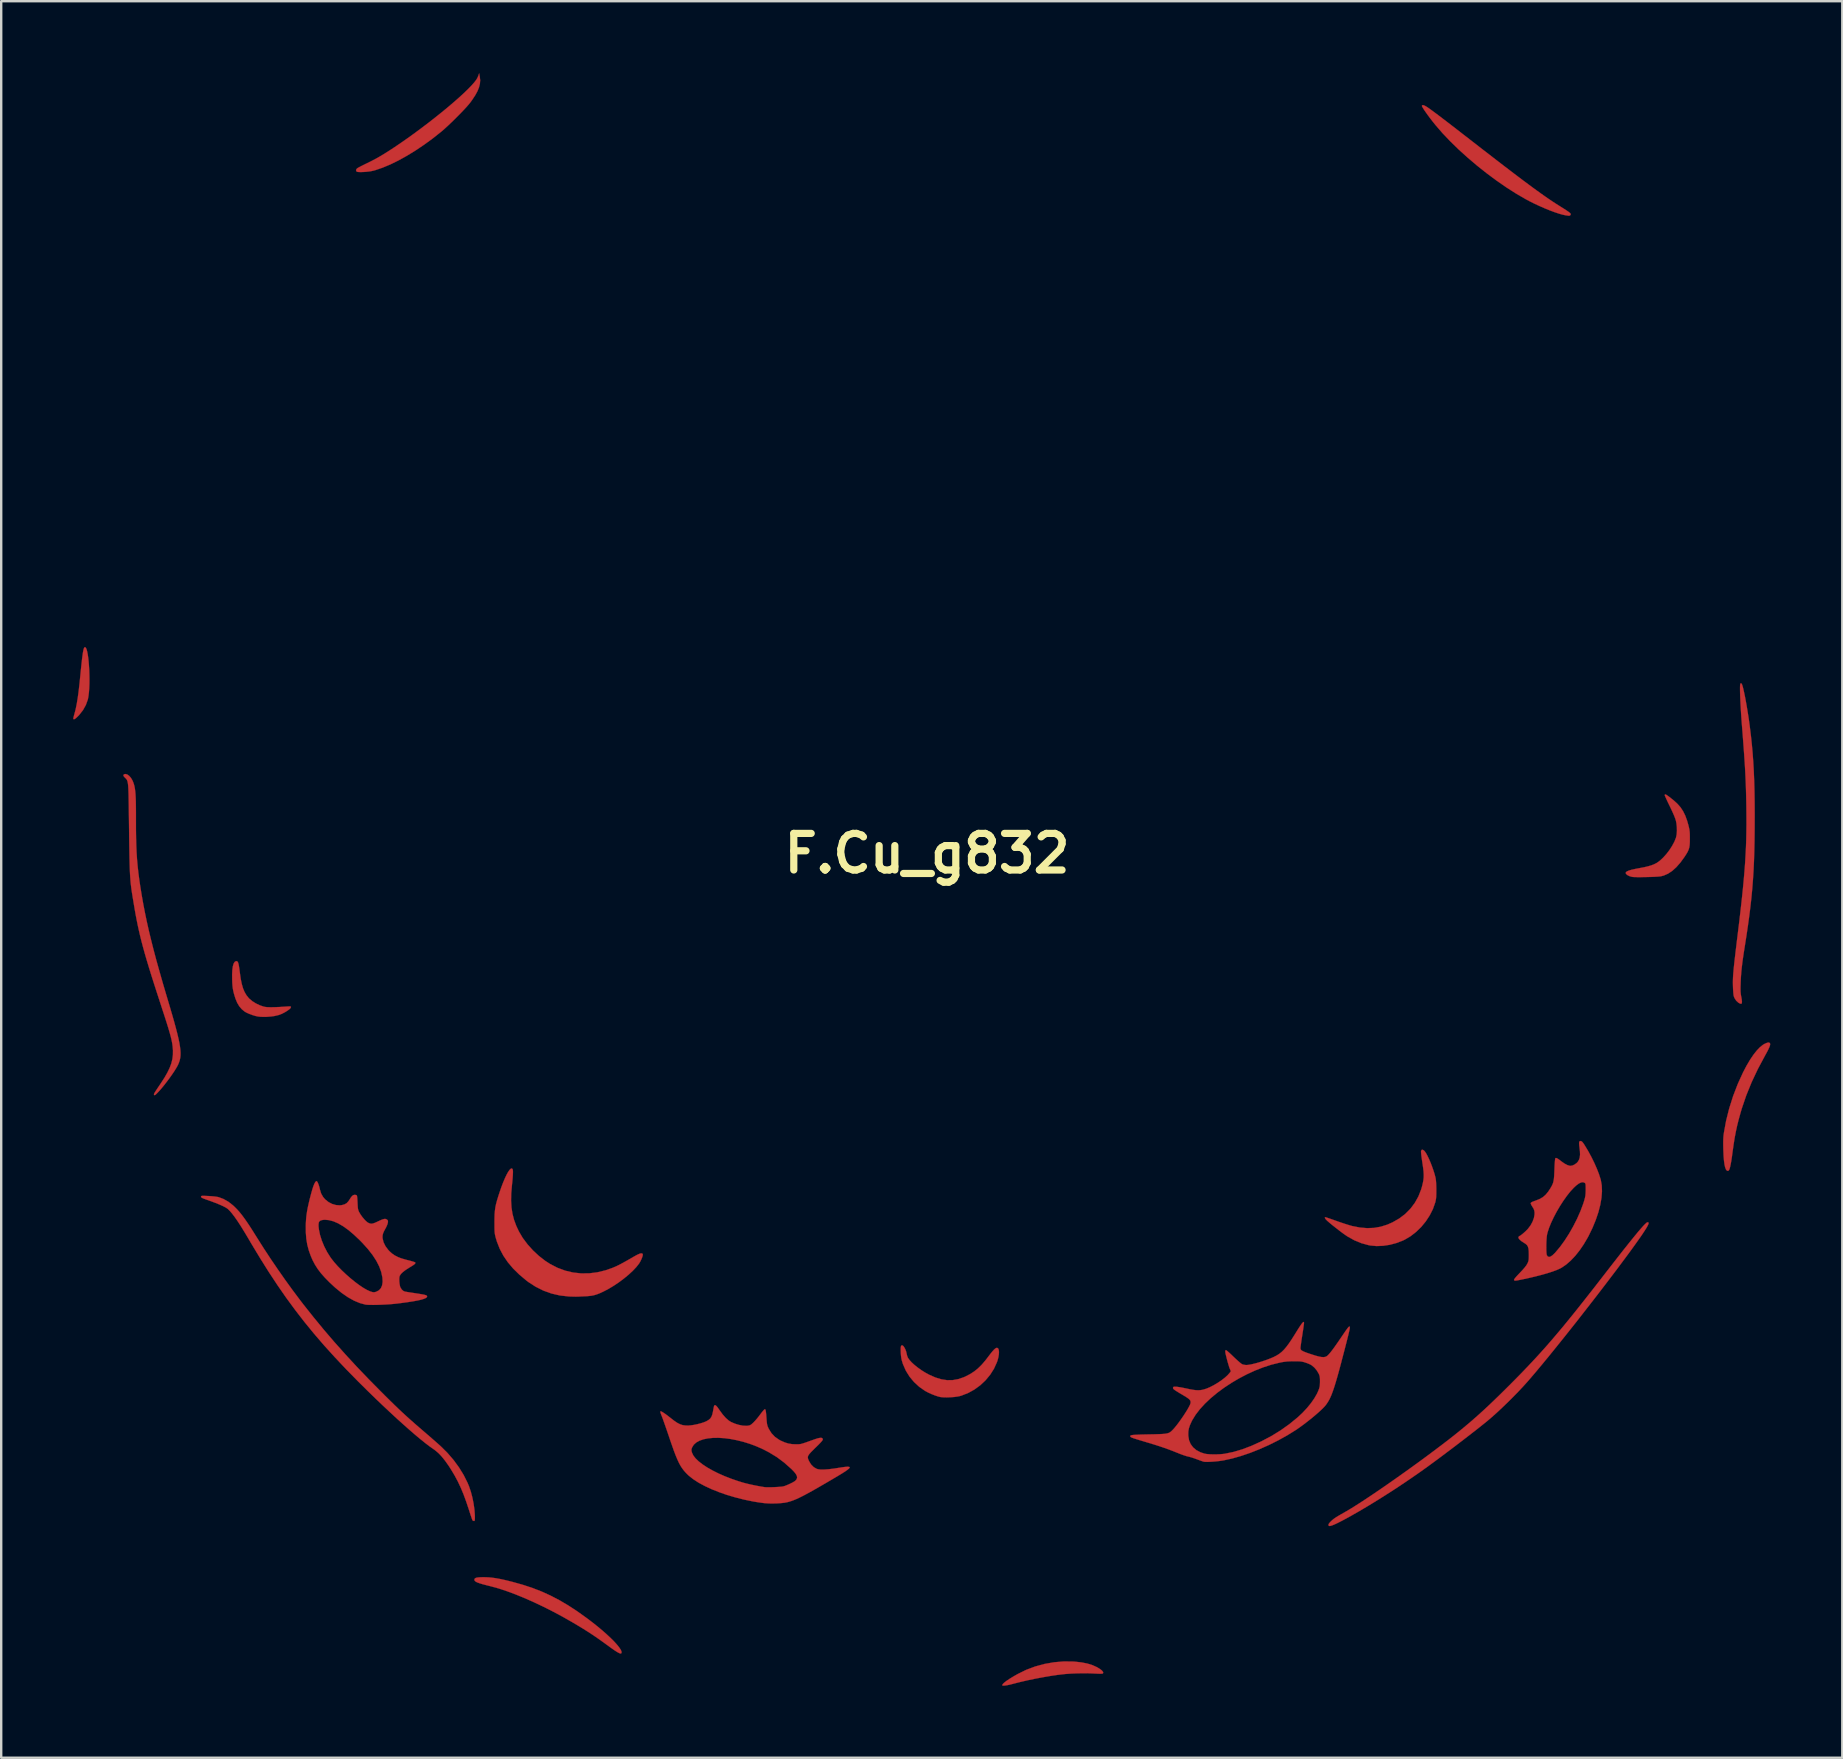
<source format=kicad_pcb>
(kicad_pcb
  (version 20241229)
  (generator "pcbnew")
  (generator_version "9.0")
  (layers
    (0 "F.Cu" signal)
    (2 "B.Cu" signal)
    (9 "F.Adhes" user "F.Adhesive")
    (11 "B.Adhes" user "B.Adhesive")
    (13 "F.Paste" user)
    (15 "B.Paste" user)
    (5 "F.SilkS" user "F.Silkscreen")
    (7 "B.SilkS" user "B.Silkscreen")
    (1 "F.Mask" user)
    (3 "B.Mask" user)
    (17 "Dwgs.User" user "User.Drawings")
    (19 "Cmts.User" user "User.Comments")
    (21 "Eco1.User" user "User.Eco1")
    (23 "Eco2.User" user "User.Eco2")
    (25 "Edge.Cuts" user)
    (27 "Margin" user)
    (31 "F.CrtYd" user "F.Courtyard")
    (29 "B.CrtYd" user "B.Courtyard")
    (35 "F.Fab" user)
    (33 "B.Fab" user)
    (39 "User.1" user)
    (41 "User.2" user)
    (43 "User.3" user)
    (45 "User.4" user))
  (footprint "F.Cu_g832"
    (layer "F.Cu")
    (at 35.573 32.506)
    (property "Reference" "F.Cu_g832" (at 0 0 0) (layer "F.SilkS") (effects (font (size 1.524 1.524) (thickness 0.3))))
    (attr through_hole)
    (fp_poly (pts (xy -35.05 -8.573) (xy -35.02 -8.515) (xy -34.994 -8.424) (xy -34.97 -8.305) (xy -34.949 -8.162) (xy -34.931 -7.999) (xy -34.917 -7.823) (xy -34.906 -7.636) (xy -34.9 -7.444) (xy -34.897 -7.252) (xy -34.899 -7.064) (xy -34.906 -6.884) (xy -34.918 -6.718) (xy -34.935 -6.57) (xy -34.957 -6.444) (xy -34.965 -6.409) (xy -35.045 -6.186) (xy -35.164 -5.972) (xy -35.32 -5.773) (xy -35.38 -5.71) (xy -35.455 -5.639) (xy -35.509 -5.6) (xy -35.545 -5.589) (xy -35.568 -5.606) (xy -35.567 -5.632) (xy -35.555 -5.689) (xy -35.535 -5.768) (xy -35.518 -5.828) (xy -35.47 -6.009) (xy -35.426 -6.227) (xy -35.384 -6.483) (xy -35.344 -6.778) (xy -35.306 -7.114) (xy -35.297 -7.207) (xy -35.269 -7.487) (xy -35.245 -7.728) (xy -35.223 -7.932) (xy -35.204 -8.103) (xy -35.186 -8.243) (xy -35.17 -8.354) (xy -35.155 -8.441) (xy -35.14 -8.505) (xy -35.125 -8.549) (xy -35.11 -8.577) (xy -35.094 -8.591) (xy -35.081 -8.594) (xy -35.05 -8.573)) (stroke (width 0.01) (type solid)) (fill yes) (layer "F.Cu"))
    (fp_poly (pts (xy 6.102 33.669) (xy 6.156 33.673) (xy 6.434 33.704) (xy 6.679 33.752) (xy 6.894 33.819) (xy 7.085 33.906) (xy 7.2 33.976) (xy 7.282 34.039) (xy 7.329 34.095) (xy 7.34 34.14) (xy 7.321 34.167) (xy 7.287 34.174) (xy 7.217 34.177) (xy 7.117 34.174) (xy 7.027 34.17) (xy 6.791 34.159) (xy 6.532 34.156) (xy 6.263 34.16) (xy 6.002 34.17) (xy 5.762 34.187) (xy 5.694 34.194) (xy 5.433 34.225) (xy 5.143 34.268) (xy 4.835 34.321) (xy 4.519 34.38) (xy 4.206 34.445) (xy 3.907 34.514) (xy 3.634 34.583) (xy 3.588 34.595) (xy 3.452 34.63) (xy 3.334 34.655) (xy 3.238 34.669) (xy 3.171 34.671) (xy 3.136 34.662) (xy 3.133 34.655) (xy 3.152 34.611) (xy 3.21 34.552) (xy 3.305 34.478) (xy 3.437 34.389) (xy 3.606 34.286) (xy 3.778 34.188) (xy 4.131 34.014) (xy 4.506 33.874) (xy 4.896 33.768) (xy 5.296 33.698) (xy 5.7 33.664) (xy 6.102 33.669)) (stroke (width 0.01) (type solid)) (fill yes) (layer "F.Cu"))
    (fp_poly (pts (xy 35.088 7.883) (xy 35.115 7.905) (xy 35.127 7.939) (xy 35.12 7.993) (xy 35.093 8.07) (xy 35.046 8.174) (xy 34.976 8.308) (xy 34.912 8.424) (xy 34.613 8.983) (xy 34.354 9.532) (xy 34.133 10.076) (xy 33.948 10.617) (xy 33.886 10.827) (xy 33.812 11.096) (xy 33.749 11.348) (xy 33.696 11.594) (xy 33.648 11.846) (xy 33.605 12.116) (xy 33.563 12.416) (xy 33.56 12.439) (xy 33.532 12.647) (xy 33.506 12.817) (xy 33.481 12.953) (xy 33.458 13.061) (xy 33.434 13.144) (xy 33.424 13.171) (xy 33.392 13.218) (xy 33.35 13.227) (xy 33.307 13.198) (xy 33.283 13.162) (xy 33.251 13.079) (xy 33.225 12.964) (xy 33.204 12.814) (xy 33.188 12.627) (xy 33.178 12.401) (xy 33.175 12.33) (xy 33.172 12.158) (xy 33.171 12.018) (xy 33.174 11.902) (xy 33.18 11.799) (xy 33.191 11.701) (xy 33.199 11.642) (xy 33.291 11.137) (xy 33.42 10.624) (xy 33.582 10.112) (xy 33.775 9.609) (xy 33.996 9.124) (xy 34.007 9.102) (xy 34.148 8.835) (xy 34.289 8.597) (xy 34.429 8.389) (xy 34.566 8.215) (xy 34.698 8.076) (xy 34.824 7.975) (xy 34.905 7.928) (xy 34.991 7.892) (xy 35.049 7.877) (xy 35.088 7.883)) (stroke (width 0.01) (type solid)) (fill yes) (layer "F.Cu"))
    (fp_poly (pts (xy -28.748 4.492) (xy -28.724 4.51) (xy -28.704 4.546) (xy -28.686 4.605) (xy -28.669 4.691) (xy -28.651 4.809) (xy -28.631 4.963) (xy -28.628 4.985) (xy -28.593 5.231) (xy -28.55 5.441) (xy -28.498 5.62) (xy -28.434 5.772) (xy -28.358 5.903) (xy -28.266 6.019) (xy -28.231 6.056) (xy -28.112 6.155) (xy -27.966 6.247) (xy -27.807 6.324) (xy -27.65 6.379) (xy -27.586 6.394) (xy -27.489 6.405) (xy -27.352 6.409) (xy -27.174 6.406) (xy -26.957 6.397) (xy -26.702 6.381) (xy -26.686 6.379) (xy -26.596 6.374) (xy -26.541 6.373) (xy -26.512 6.379) (xy -26.501 6.392) (xy -26.501 6.399) (xy -26.516 6.44) (xy -26.563 6.489) (xy -26.645 6.549) (xy -26.738 6.608) (xy -26.879 6.682) (xy -27.026 6.736) (xy -27.19 6.774) (xy -27.316 6.792) (xy -27.548 6.811) (xy -27.758 6.807) (xy -27.878 6.793) (xy -27.987 6.77) (xy -28.113 6.731) (xy -28.239 6.684) (xy -28.353 6.633) (xy -28.432 6.587) (xy -28.552 6.488) (xy -28.654 6.368) (xy -28.741 6.222) (xy -28.815 6.044) (xy -28.88 5.83) (xy -28.882 5.821) (xy -28.906 5.718) (xy -28.924 5.622) (xy -28.936 5.52) (xy -28.945 5.399) (xy -28.95 5.257) (xy -28.952 5.036) (xy -28.943 4.851) (xy -28.922 4.703) (xy -28.89 4.592) (xy -28.847 4.521) (xy -28.794 4.489) (xy -28.777 4.487) (xy -28.748 4.492)) (stroke (width 0.01) (type solid)) (fill yes) (layer "F.Cu"))
    (fp_poly (pts (xy -18.284 30.16) (xy -18.127 30.174) (xy -17.96 30.197) (xy -17.776 30.231) (xy -17.567 30.277) (xy -17.327 30.336) (xy -17.261 30.353) (xy -16.837 30.472) (xy -16.436 30.604) (xy -16.054 30.753) (xy -15.683 30.922) (xy -15.316 31.113) (xy -14.947 31.331) (xy -14.57 31.578) (xy -14.178 31.858) (xy -14.15 31.879) (xy -13.928 32.048) (xy -13.717 32.216) (xy -13.521 32.38) (xy -13.34 32.54) (xy -13.179 32.691) (xy -13.038 32.832) (xy -12.921 32.961) (xy -12.829 33.075) (xy -12.764 33.172) (xy -12.73 33.249) (xy -12.728 33.305) (xy -12.729 33.306) (xy -12.747 33.331) (xy -12.779 33.333) (xy -12.833 33.313) (xy -12.901 33.276) (xy -12.957 33.241) (xy -13.038 33.188) (xy -13.133 33.122) (xy -13.233 33.05) (xy -13.261 33.029) (xy -13.501 32.855) (xy -13.718 32.701) (xy -13.923 32.561) (xy -14.125 32.429) (xy -14.335 32.296) (xy -14.563 32.158) (xy -14.8 32.018) (xy -15.196 31.793) (xy -15.597 31.579) (xy -15.998 31.377) (xy -16.395 31.189) (xy -16.783 31.018) (xy -17.158 30.865) (xy -17.514 30.733) (xy -17.846 30.623) (xy -18.152 30.539) (xy -18.172 30.534) (xy -18.365 30.485) (xy -18.521 30.444) (xy -18.642 30.407) (xy -18.733 30.374) (xy -18.796 30.343) (xy -18.836 30.312) (xy -18.856 30.281) (xy -18.86 30.258) (xy -18.849 30.22) (xy -18.816 30.191) (xy -18.756 30.171) (xy -18.665 30.16) (xy -18.538 30.155) (xy -18.436 30.155) (xy -18.284 30.16)) (stroke (width 0.01) (type solid)) (fill yes) (layer "F.Cu"))
    (fp_poly (pts (xy -18.633 -32.355) (xy -18.618 -32.211) (xy -18.629 -32.067) (xy -18.666 -31.917) (xy -18.731 -31.757) (xy -18.826 -31.583) (xy -18.954 -31.39) (xy -19.028 -31.288) (xy -19.093 -31.207) (xy -19.184 -31.103) (xy -19.297 -30.981) (xy -19.425 -30.847) (xy -19.563 -30.707) (xy -19.706 -30.564) (xy -19.848 -30.426) (xy -19.985 -30.297) (xy -20.11 -30.182) (xy -20.219 -30.088) (xy -20.235 -30.074) (xy -20.592 -29.791) (xy -20.952 -29.528) (xy -21.312 -29.286) (xy -21.669 -29.067) (xy -22.017 -28.874) (xy -22.355 -28.708) (xy -22.677 -28.573) (xy -22.98 -28.469) (xy -23.071 -28.444) (xy -23.161 -28.425) (xy -23.267 -28.409) (xy -23.382 -28.397) (xy -23.496 -28.39) (xy -23.6 -28.387) (xy -23.686 -28.39) (xy -23.744 -28.398) (xy -23.765 -28.408) (xy -23.79 -28.458) (xy -23.774 -28.51) (xy -23.733 -28.549) (xy -23.694 -28.572) (xy -23.625 -28.609) (xy -23.534 -28.656) (xy -23.429 -28.708) (xy -23.367 -28.738) (xy -23.164 -28.838) (xy -22.975 -28.937) (xy -22.789 -29.042) (xy -22.598 -29.157) (xy -22.391 -29.288) (xy -22.204 -29.411) (xy -21.918 -29.605) (xy -21.628 -29.807) (xy -21.337 -30.017) (xy -21.049 -30.231) (xy -20.764 -30.447) (xy -20.488 -30.663) (xy -20.221 -30.877) (xy -19.967 -31.086) (xy -19.729 -31.289) (xy -19.509 -31.482) (xy -19.31 -31.664) (xy -19.135 -31.832) (xy -18.987 -31.984) (xy -18.868 -32.118) (xy -18.781 -32.231) (xy -18.767 -32.252) (xy -18.727 -32.325) (xy -18.693 -32.403) (xy -18.688 -32.417) (xy -18.661 -32.501) (xy -18.633 -32.355)) (stroke (width 0.01) (type solid)) (fill yes) (layer "F.Cu"))
    (fp_poly (pts (xy 20.742 -31.149) (xy 20.832 -31.097) (xy 20.861 -31.077) (xy 20.929 -31.03) (xy 21.008 -30.973) (xy 21.102 -30.903) (xy 21.213 -30.821) (xy 21.342 -30.724) (xy 21.491 -30.61) (xy 21.663 -30.479) (xy 21.859 -30.328) (xy 22.082 -30.156) (xy 22.333 -29.961) (xy 22.615 -29.743) (xy 22.701 -29.676) (xy 23.09 -29.374) (xy 23.448 -29.098) (xy 23.776 -28.844) (xy 24.077 -28.613) (xy 24.354 -28.402) (xy 24.606 -28.21) (xy 24.838 -28.035) (xy 25.051 -27.877) (xy 25.246 -27.733) (xy 25.426 -27.602) (xy 25.593 -27.482) (xy 25.748 -27.373) (xy 25.894 -27.272) (xy 26.033 -27.178) (xy 26.167 -27.09) (xy 26.298 -27.007) (xy 26.395 -26.946) (xy 26.532 -26.86) (xy 26.636 -26.793) (xy 26.712 -26.741) (xy 26.765 -26.702) (xy 26.797 -26.672) (xy 26.813 -26.648) (xy 26.818 -26.628) (xy 26.818 -26.627) (xy 26.8 -26.59) (xy 26.76 -26.567) (xy 26.737 -26.567) (xy 26.71 -26.571) (xy 26.654 -26.579) (xy 26.6 -26.587) (xy 26.477 -26.613) (xy 26.324 -26.657) (xy 26.147 -26.716) (xy 25.951 -26.789) (xy 25.744 -26.873) (xy 25.532 -26.966) (xy 25.321 -27.063) (xy 25.117 -27.165) (xy 24.966 -27.245) (xy 24.562 -27.478) (xy 24.15 -27.74) (xy 23.736 -28.026) (xy 23.324 -28.332) (xy 22.919 -28.653) (xy 22.528 -28.985) (xy 22.153 -29.324) (xy 21.802 -29.666) (xy 21.478 -30.006) (xy 21.188 -30.341) (xy 21.056 -30.505) (xy 20.955 -30.636) (xy 20.862 -30.762) (xy 20.779 -30.879) (xy 20.709 -30.98) (xy 20.657 -31.062) (xy 20.625 -31.119) (xy 20.616 -31.144) (xy 20.631 -31.174) (xy 20.674 -31.175) (xy 20.742 -31.149)) (stroke (width 0.01) (type solid)) (fill yes) (layer "F.Cu"))
    (fp_poly (pts (xy -1.02 20.499) (xy -0.983 20.528) (xy -0.943 20.587) (xy -0.903 20.664) (xy -0.872 20.748) (xy -0.853 20.828) (xy -0.852 20.832) (xy -0.834 20.913) (xy -0.805 20.994) (xy -0.8 21.005) (xy -0.74 21.095) (xy -0.647 21.198) (xy -0.528 21.308) (xy -0.388 21.42) (xy -0.234 21.53) (xy -0.071 21.632) (xy 0.09 21.72) (xy 0.35 21.834) (xy 0.598 21.91) (xy 0.838 21.946) (xy 1.072 21.943) (xy 1.303 21.901) (xy 1.536 21.821) (xy 1.601 21.792) (xy 1.791 21.693) (xy 1.961 21.584) (xy 2.119 21.458) (xy 2.272 21.308) (xy 2.426 21.129) (xy 2.544 20.976) (xy 2.646 20.842) (xy 2.729 20.74) (xy 2.795 20.668) (xy 2.848 20.623) (xy 2.892 20.601) (xy 2.923 20.599) (xy 2.963 20.624) (xy 2.987 20.683) (xy 2.997 20.769) (xy 2.991 20.877) (xy 2.97 20.999) (xy 2.935 21.131) (xy 2.909 21.204) (xy 2.787 21.471) (xy 2.628 21.721) (xy 2.437 21.951) (xy 2.219 22.156) (xy 1.977 22.333) (xy 1.715 22.478) (xy 1.438 22.587) (xy 1.376 22.606) (xy 1.269 22.628) (xy 1.133 22.646) (xy 0.982 22.657) (xy 0.829 22.663) (xy 0.688 22.66) (xy 0.573 22.65) (xy 0.552 22.647) (xy 0.449 22.621) (xy 0.322 22.578) (xy 0.185 22.524) (xy 0.051 22.463) (xy -0.067 22.4) (xy -0.085 22.39) (xy -0.327 22.221) (xy -0.543 22.022) (xy -0.73 21.797) (xy -0.883 21.55) (xy -1 21.286) (xy -1.019 21.23) (xy -1.052 21.12) (xy -1.073 21.022) (xy -1.086 20.917) (xy -1.094 20.789) (xy -1.094 20.786) (xy -1.097 20.663) (xy -1.094 20.578) (xy -1.084 20.525) (xy -1.065 20.499) (xy -1.037 20.495) (xy -1.02 20.499)) (stroke (width 0.01) (type solid)) (fill yes) (layer "F.Cu"))
    (fp_poly (pts (xy 30.786 -2.45) (xy 30.835 -2.42) (xy 30.907 -2.368) (xy 31.004 -2.292) (xy 31.101 -2.215) (xy 31.258 -2.073) (xy 31.39 -1.924) (xy 31.499 -1.759) (xy 31.591 -1.572) (xy 31.669 -1.356) (xy 31.72 -1.175) (xy 31.744 -1.077) (xy 31.761 -0.994) (xy 31.772 -0.913) (xy 31.778 -0.822) (xy 31.78 -0.71) (xy 31.78 -0.614) (xy 31.779 -0.462) (xy 31.771 -0.341) (xy 31.755 -0.241) (xy 31.727 -0.151) (xy 31.684 -0.059) (xy 31.623 0.044) (xy 31.561 0.14) (xy 31.389 0.377) (xy 31.217 0.573) (xy 31.044 0.729) (xy 30.868 0.845) (xy 30.689 0.923) (xy 30.575 0.952) (xy 30.515 0.96) (xy 30.421 0.967) (xy 30.301 0.974) (xy 30.164 0.979) (xy 30.017 0.983) (xy 29.868 0.986) (xy 29.724 0.987) (xy 29.594 0.987) (xy 29.485 0.985) (xy 29.404 0.981) (xy 29.369 0.976) (xy 29.273 0.949) (xy 29.188 0.908) (xy 29.129 0.861) (xy 29.127 0.859) (xy 29.107 0.819) (xy 29.118 0.782) (xy 29.161 0.748) (xy 29.239 0.714) (xy 29.354 0.68) (xy 29.507 0.646) (xy 29.67 0.615) (xy 29.87 0.577) (xy 30.035 0.538) (xy 30.172 0.498) (xy 30.287 0.454) (xy 30.387 0.403) (xy 30.401 0.396) (xy 30.532 0.302) (xy 30.668 0.176) (xy 30.803 0.026) (xy 30.93 -0.14) (xy 31.042 -0.314) (xy 31.135 -0.487) (xy 31.201 -0.651) (xy 31.208 -0.676) (xy 31.232 -0.797) (xy 31.242 -0.944) (xy 31.238 -1.102) (xy 31.221 -1.257) (xy 31.199 -1.367) (xy 31.171 -1.456) (xy 31.124 -1.576) (xy 31.06 -1.722) (xy 30.982 -1.89) (xy 30.945 -1.966) (xy 30.884 -2.091) (xy 30.83 -2.205) (xy 30.786 -2.301) (xy 30.754 -2.373) (xy 30.736 -2.417) (xy 30.734 -2.426) (xy 30.739 -2.451) (xy 30.755 -2.459) (xy 30.786 -2.45)) (stroke (width 0.01) (type solid)) (fill yes) (layer "F.Cu"))
    (fp_poly (pts (xy 20.699 12.373) (xy 20.734 12.409) (xy 20.787 12.484) (xy 20.846 12.592) (xy 20.91 12.725) (xy 20.975 12.876) (xy 21.037 13.036) (xy 21.094 13.197) (xy 21.143 13.352) (xy 21.18 13.492) (xy 21.191 13.547) (xy 21.201 13.618) (xy 21.209 13.722) (xy 21.214 13.845) (xy 21.217 13.979) (xy 21.217 14.034) (xy 21.216 14.174) (xy 21.213 14.282) (xy 21.207 14.367) (xy 21.196 14.439) (xy 21.181 14.509) (xy 21.169 14.552) (xy 21.074 14.821) (xy 20.941 15.082) (xy 20.778 15.331) (xy 20.588 15.562) (xy 20.375 15.769) (xy 20.145 15.948) (xy 19.902 16.091) (xy 19.828 16.127) (xy 19.557 16.231) (xy 19.279 16.305) (xy 19.001 16.347) (xy 18.731 16.358) (xy 18.475 16.335) (xy 18.394 16.32) (xy 18.09 16.236) (xy 17.8 16.116) (xy 17.517 15.958) (xy 17.479 15.933) (xy 17.392 15.873) (xy 17.281 15.793) (xy 17.157 15.698) (xy 17.027 15.597) (xy 16.9 15.497) (xy 16.786 15.403) (xy 16.694 15.324) (xy 16.664 15.297) (xy 16.608 15.238) (xy 16.578 15.192) (xy 16.575 15.163) (xy 16.595 15.155) (xy 16.62 15.162) (xy 16.679 15.181) (xy 16.766 15.211) (xy 16.875 15.248) (xy 17 15.292) (xy 17.066 15.316) (xy 17.21 15.366) (xy 17.356 15.415) (xy 17.493 15.459) (xy 17.611 15.495) (xy 17.701 15.521) (xy 17.718 15.525) (xy 18.036 15.587) (xy 18.336 15.612) (xy 18.622 15.601) (xy 18.9 15.552) (xy 19.175 15.466) (xy 19.399 15.367) (xy 19.676 15.208) (xy 19.923 15.02) (xy 20.138 14.803) (xy 20.321 14.56) (xy 20.471 14.292) (xy 20.586 13.999) (xy 20.629 13.849) (xy 20.659 13.72) (xy 20.68 13.606) (xy 20.692 13.498) (xy 20.694 13.386) (xy 20.687 13.263) (xy 20.671 13.118) (xy 20.646 12.944) (xy 20.637 12.888) (xy 20.617 12.752) (xy 20.6 12.628) (xy 20.588 12.523) (xy 20.582 12.445) (xy 20.581 12.4) (xy 20.582 12.396) (xy 20.607 12.351) (xy 20.647 12.343) (xy 20.699 12.373)) (stroke (width 0.01) (type solid)) (fill yes) (layer "F.Cu"))
    (fp_poly (pts (xy -17.27 13.148) (xy -17.257 13.189) (xy -17.252 13.264) (xy -17.255 13.374) (xy -17.265 13.521) (xy -17.282 13.708) (xy -17.295 13.832) (xy -17.324 14.167) (xy -17.33 14.47) (xy -17.313 14.751) (xy -17.272 15.014) (xy -17.206 15.267) (xy -17.114 15.516) (xy -17.004 15.75) (xy -16.844 16.021) (xy -16.647 16.285) (xy -16.421 16.536) (xy -16.172 16.768) (xy -15.906 16.975) (xy -15.706 17.104) (xy -15.398 17.263) (xy -15.079 17.382) (xy -14.751 17.46) (xy -14.415 17.497) (xy -14.074 17.494) (xy -13.729 17.45) (xy -13.383 17.365) (xy -13.113 17.27) (xy -13.029 17.235) (xy -12.944 17.198) (xy -12.854 17.154) (xy -12.753 17.102) (xy -12.635 17.038) (xy -12.495 16.96) (xy -12.328 16.864) (xy -12.214 16.798) (xy -12.088 16.728) (xy -11.991 16.683) (xy -11.921 16.662) (xy -11.875 16.664) (xy -11.848 16.687) (xy -11.843 16.699) (xy -11.845 16.744) (xy -11.864 16.815) (xy -11.898 16.901) (xy -11.941 16.991) (xy -11.99 17.075) (xy -12 17.09) (xy -12.115 17.236) (xy -12.263 17.392) (xy -12.437 17.553) (xy -12.633 17.714) (xy -12.842 17.87) (xy -13.06 18.016) (xy -13.279 18.147) (xy -13.473 18.248) (xy -13.627 18.32) (xy -13.758 18.371) (xy -13.878 18.407) (xy -14 18.43) (xy -14.135 18.444) (xy -14.203 18.448) (xy -14.313 18.453) (xy -14.423 18.458) (xy -14.516 18.463) (xy -14.552 18.464) (xy -14.626 18.466) (xy -14.727 18.464) (xy -14.842 18.461) (xy -14.933 18.457) (xy -15.296 18.416) (xy -15.647 18.335) (xy -15.984 18.214) (xy -16.306 18.053) (xy -16.612 17.855) (xy -16.683 17.801) (xy -16.983 17.55) (xy -17.243 17.295) (xy -17.465 17.032) (xy -17.65 16.761) (xy -17.801 16.477) (xy -17.919 16.178) (xy -17.965 16.027) (xy -17.983 15.956) (xy -17.998 15.894) (xy -18.008 15.833) (xy -18.015 15.764) (xy -18.019 15.681) (xy -18.021 15.574) (xy -18.021 15.436) (xy -18.022 15.367) (xy -18.02 15.18) (xy -18.015 15.021) (xy -18.003 14.879) (xy -17.985 14.746) (xy -17.957 14.611) (xy -17.918 14.464) (xy -17.867 14.296) (xy -17.813 14.129) (xy -17.735 13.904) (xy -17.659 13.703) (xy -17.585 13.529) (xy -17.516 13.383) (xy -17.451 13.267) (xy -17.393 13.184) (xy -17.342 13.136) (xy -17.3 13.124) (xy -17.27 13.148)) (stroke (width 0.01) (type solid)) (fill yes) (layer "F.Cu"))
    (fp_poly (pts (xy 33.93 -7.078) (xy 33.938 -7.07) (xy 33.957 -7.033) (xy 33.981 -6.958) (xy 34.009 -6.851) (xy 34.039 -6.714) (xy 34.073 -6.554) (xy 34.107 -6.373) (xy 34.142 -6.177) (xy 34.177 -5.97) (xy 34.211 -5.756) (xy 34.244 -5.54) (xy 34.273 -5.326) (xy 34.277 -5.292) (xy 34.323 -4.92) (xy 34.362 -4.554) (xy 34.395 -4.19) (xy 34.422 -3.821) (xy 34.444 -3.442) (xy 34.46 -3.046) (xy 34.472 -2.627) (xy 34.479 -2.18) (xy 34.482 -1.699) (xy 34.482 -1.524) (xy 34.48 -1.019) (xy 34.475 -0.551) (xy 34.466 -0.113) (xy 34.453 0.301) (xy 34.435 0.696) (xy 34.411 1.078) (xy 34.382 1.454) (xy 34.347 1.829) (xy 34.305 2.21) (xy 34.256 2.602) (xy 34.2 3.011) (xy 34.136 3.443) (xy 34.07 3.863) (xy 34.028 4.128) (xy 33.994 4.359) (xy 33.966 4.563) (xy 33.944 4.747) (xy 33.926 4.918) (xy 33.913 5.083) (xy 33.903 5.249) (xy 33.897 5.408) (xy 33.892 5.56) (xy 33.891 5.678) (xy 33.894 5.772) (xy 33.901 5.849) (xy 33.912 5.92) (xy 33.917 5.948) (xy 33.942 6.081) (xy 33.951 6.177) (xy 33.945 6.238) (xy 33.922 6.264) (xy 33.912 6.265) (xy 33.87 6.254) (xy 33.815 6.226) (xy 33.802 6.217) (xy 33.711 6.134) (xy 33.64 6.023) (xy 33.611 5.95) (xy 33.602 5.903) (xy 33.593 5.822) (xy 33.585 5.718) (xy 33.579 5.6) (xy 33.577 5.535) (xy 33.575 5.453) (xy 33.574 5.371) (xy 33.575 5.288) (xy 33.578 5.199) (xy 33.583 5.101) (xy 33.591 4.991) (xy 33.602 4.866) (xy 33.616 4.723) (xy 33.633 4.558) (xy 33.655 4.368) (xy 33.68 4.15) (xy 33.71 3.9) (xy 33.744 3.615) (xy 33.784 3.292) (xy 33.792 3.226) (xy 33.852 2.731) (xy 33.905 2.273) (xy 33.952 1.848) (xy 33.993 1.452) (xy 34.028 1.08) (xy 34.058 0.728) (xy 34.083 0.393) (xy 34.102 0.069) (xy 34.118 -0.249) (xy 34.129 -0.563) (xy 34.135 -0.879) (xy 34.139 -1.2) (xy 34.138 -1.532) (xy 34.135 -1.878) (xy 34.135 -1.894) (xy 34.131 -2.154) (xy 34.126 -2.397) (xy 34.12 -2.628) (xy 34.113 -2.852) (xy 34.104 -3.075) (xy 34.093 -3.301) (xy 34.081 -3.535) (xy 34.066 -3.782) (xy 34.048 -4.047) (xy 34.028 -4.335) (xy 34.004 -4.651) (xy 33.978 -5) (xy 33.951 -5.334) (xy 33.932 -5.588) (xy 33.915 -5.833) (xy 33.901 -6.066) (xy 33.889 -6.284) (xy 33.88 -6.483) (xy 33.874 -6.659) (xy 33.871 -6.809) (xy 33.871 -6.928) (xy 33.875 -7.014) (xy 33.882 -7.062) (xy 33.886 -7.07) (xy 33.907 -7.091) (xy 33.93 -7.078)) (stroke (width 0.01) (type solid)) (fill yes) (layer "F.Cu"))
    (fp_poly (pts (xy 30.051 15.374) (xy 30.064 15.398) (xy 30.052 15.446) (xy 30.016 15.522) (xy 30.014 15.526) (xy 29.96 15.62) (xy 29.88 15.745) (xy 29.778 15.899) (xy 29.653 16.078) (xy 29.509 16.281) (xy 29.347 16.506) (xy 29.168 16.75) (xy 28.974 17.011) (xy 28.768 17.287) (xy 28.55 17.576) (xy 28.323 17.875) (xy 28.088 18.182) (xy 27.847 18.495) (xy 27.601 18.812) (xy 27.353 19.13) (xy 27.105 19.448) (xy 26.857 19.762) (xy 26.611 20.071) (xy 26.37 20.372) (xy 26.135 20.664) (xy 25.908 20.944) (xy 25.69 21.209) (xy 25.483 21.458) (xy 25.29 21.688) (xy 25.111 21.897) (xy 25.01 22.013) (xy 24.829 22.214) (xy 24.627 22.429) (xy 24.41 22.651) (xy 24.185 22.875) (xy 23.96 23.092) (xy 23.739 23.298) (xy 23.53 23.485) (xy 23.34 23.647) (xy 23.302 23.678) (xy 23.122 23.823) (xy 22.914 23.988) (xy 22.682 24.168) (xy 22.434 24.36) (xy 22.175 24.559) (xy 21.91 24.761) (xy 21.646 24.96) (xy 21.388 25.154) (xy 21.142 25.336) (xy 20.914 25.503) (xy 20.891 25.521) (xy 20.497 25.802) (xy 20.085 26.086) (xy 19.664 26.37) (xy 19.238 26.647) (xy 18.814 26.915) (xy 18.4 27.169) (xy 18.002 27.405) (xy 17.627 27.619) (xy 17.494 27.692) (xy 17.294 27.799) (xy 17.128 27.884) (xy 16.994 27.948) (xy 16.89 27.991) (xy 16.813 28.016) (xy 16.762 28.022) (xy 16.737 28.012) (xy 16.722 27.975) (xy 16.74 27.925) (xy 16.793 27.86) (xy 16.833 27.821) (xy 16.882 27.776) (xy 16.93 27.735) (xy 16.984 27.696) (xy 17.049 27.653) (xy 17.131 27.603) (xy 17.237 27.541) (xy 17.373 27.464) (xy 17.399 27.449) (xy 17.574 27.347) (xy 17.78 27.221) (xy 18.012 27.073) (xy 18.269 26.906) (xy 18.546 26.721) (xy 18.841 26.521) (xy 19.151 26.307) (xy 19.472 26.083) (xy 19.802 25.85) (xy 20.136 25.611) (xy 20.473 25.367) (xy 20.808 25.121) (xy 21.098 24.905) (xy 21.456 24.635) (xy 21.786 24.381) (xy 22.093 24.138) (xy 22.383 23.901) (xy 22.663 23.664) (xy 22.938 23.423) (xy 23.215 23.172) (xy 23.498 22.906) (xy 23.794 22.621) (xy 24.109 22.311) (xy 24.258 22.163) (xy 24.507 21.912) (xy 24.744 21.67) (xy 24.971 21.434) (xy 25.191 21.202) (xy 25.405 20.971) (xy 25.617 20.738) (xy 25.829 20.5) (xy 26.042 20.254) (xy 26.26 19.998) (xy 26.486 19.729) (xy 26.72 19.443) (xy 26.967 19.138) (xy 27.227 18.812) (xy 27.504 18.46) (xy 27.801 18.082) (xy 28.118 17.673) (xy 28.257 17.494) (xy 28.525 17.149) (xy 28.768 16.837) (xy 28.987 16.557) (xy 29.184 16.309) (xy 29.358 16.092) (xy 29.51 15.905) (xy 29.641 15.747) (xy 29.752 15.618) (xy 29.843 15.516) (xy 29.915 15.442) (xy 29.968 15.393) (xy 30.004 15.37) (xy 30.014 15.367) (xy 30.051 15.374)) (stroke (width 0.01) (type solid)) (fill yes) (layer "F.Cu"))
    (fp_poly (pts (xy -30.096 14.267) (xy -29.99 14.271) (xy -29.946 14.273) (xy -29.815 14.281) (xy -29.693 14.292) (xy -29.589 14.306) (xy -29.517 14.32) (xy -29.311 14.397) (xy -29.108 14.512) (xy -28.915 14.663) (xy -28.877 14.698) (xy -28.788 14.785) (xy -28.702 14.877) (xy -28.616 14.976) (xy -28.528 15.088) (xy -28.434 15.216) (xy -28.331 15.363) (xy -28.217 15.534) (xy -28.089 15.733) (xy -27.944 15.964) (xy -27.887 16.055) (xy -27.625 16.469) (xy -27.342 16.899) (xy -27.045 17.335) (xy -26.743 17.767) (xy -26.44 18.186) (xy -26.144 18.581) (xy -25.997 18.774) (xy -25.569 19.313) (xy -25.138 19.837) (xy -24.697 20.352) (xy -24.241 20.863) (xy -23.765 21.379) (xy -23.263 21.903) (xy -22.797 22.375) (xy -22.573 22.6) (xy -22.371 22.799) (xy -22.189 22.977) (xy -22.019 23.141) (xy -21.856 23.294) (xy -21.695 23.442) (xy -21.531 23.59) (xy -21.358 23.743) (xy -21.17 23.907) (xy -20.987 24.064) (xy -20.849 24.183) (xy -20.71 24.303) (xy -20.577 24.419) (xy -20.456 24.525) (xy -20.353 24.616) (xy -20.274 24.687) (xy -20.261 24.698) (xy -19.984 24.973) (xy -19.729 25.269) (xy -19.501 25.58) (xy -19.304 25.9) (xy -19.143 26.223) (xy -19.082 26.369) (xy -19.007 26.591) (xy -18.943 26.835) (xy -18.892 27.088) (xy -18.857 27.337) (xy -18.84 27.567) (xy -18.839 27.628) (xy -18.839 27.717) (xy -18.843 27.772) (xy -18.851 27.801) (xy -18.865 27.812) (xy -18.88 27.813) (xy -18.924 27.796) (xy -18.941 27.776) (xy -18.953 27.745) (xy -18.976 27.681) (xy -19.007 27.589) (xy -19.044 27.478) (xy -19.084 27.352) (xy -19.092 27.326) (xy -19.204 26.993) (xy -19.314 26.694) (xy -19.428 26.421) (xy -19.548 26.166) (xy -19.679 25.921) (xy -19.824 25.678) (xy -19.928 25.516) (xy -20.078 25.303) (xy -20.221 25.126) (xy -20.36 24.98) (xy -20.502 24.861) (xy -20.568 24.814) (xy -20.721 24.707) (xy -20.899 24.571) (xy -21.102 24.408) (xy -21.326 24.221) (xy -21.569 24.011) (xy -21.829 23.78) (xy -22.104 23.532) (xy -22.39 23.267) (xy -22.686 22.989) (xy -22.99 22.699) (xy -23.298 22.399) (xy -23.608 22.092) (xy -23.707 21.994) (xy -24.208 21.483) (xy -24.677 20.985) (xy -25.12 20.496) (xy -25.538 20.01) (xy -25.938 19.521) (xy -26.322 19.025) (xy -26.696 18.516) (xy -27.062 17.988) (xy -27.425 17.437) (xy -27.79 16.856) (xy -28.16 16.242) (xy -28.257 16.076) (xy -28.427 15.79) (xy -28.581 15.54) (xy -28.719 15.327) (xy -28.843 15.149) (xy -28.953 15.004) (xy -29.05 14.891) (xy -29.135 14.809) (xy -29.201 14.762) (xy -29.317 14.701) (xy -29.468 14.632) (xy -29.648 14.559) (xy -29.853 14.482) (xy -29.956 14.446) (xy -30.072 14.405) (xy -30.154 14.374) (xy -30.206 14.35) (xy -30.235 14.33) (xy -30.246 14.311) (xy -30.247 14.303) (xy -30.245 14.286) (xy -30.236 14.275) (xy -30.212 14.268) (xy -30.167 14.266) (xy -30.096 14.267)) (stroke (width 0.01) (type solid)) (fill yes) (layer "F.Cu"))
    (fp_poly (pts (xy -33.312 -3.284) (xy -33.237 -3.228) (xy -33.167 -3.146) (xy -33.105 -3.042) (xy -33.094 -3.017) (xy -33.065 -2.946) (xy -33.041 -2.872) (xy -33.02 -2.791) (xy -33.003 -2.7) (xy -32.989 -2.594) (xy -32.978 -2.47) (xy -32.97 -2.324) (xy -32.964 -2.152) (xy -32.961 -1.95) (xy -32.959 -1.716) (xy -32.959 -1.443) (xy -32.959 -1.341) (xy -32.958 -0.969) (xy -32.953 -0.631) (xy -32.945 -0.322) (xy -32.932 -0.032) (xy -32.914 0.244) (xy -32.89 0.514) (xy -32.86 0.785) (xy -32.824 1.065) (xy -32.781 1.361) (xy -32.775 1.396) (xy -32.716 1.76) (xy -32.652 2.121) (xy -32.582 2.483) (xy -32.505 2.851) (xy -32.42 3.229) (xy -32.325 3.621) (xy -32.221 4.031) (xy -32.106 4.463) (xy -31.978 4.921) (xy -31.838 5.41) (xy -31.684 5.933) (xy -31.651 6.043) (xy -31.543 6.406) (xy -31.448 6.731) (xy -31.365 7.022) (xy -31.295 7.28) (xy -31.236 7.509) (xy -31.188 7.712) (xy -31.151 7.89) (xy -31.125 8.048) (xy -31.108 8.186) (xy -31.101 8.309) (xy -31.103 8.419) (xy -31.114 8.519) (xy -31.134 8.611) (xy -31.161 8.698) (xy -31.195 8.782) (xy -31.221 8.836) (xy -31.282 8.945) (xy -31.365 9.078) (xy -31.466 9.227) (xy -31.579 9.385) (xy -31.698 9.543) (xy -31.817 9.694) (xy -31.931 9.831) (xy -32.033 9.943) (xy -32.1 10.012) (xy -32.145 10.054) (xy -32.174 10.071) (xy -32.193 10.068) (xy -32.205 10.055) (xy -32.209 10.043) (xy -32.208 10.026) (xy -32.197 10.001) (xy -32.176 9.961) (xy -32.14 9.904) (xy -32.088 9.825) (xy -32.018 9.72) (xy -31.931 9.591) (xy -31.776 9.352) (xy -31.652 9.136) (xy -31.556 8.937) (xy -31.486 8.75) (xy -31.441 8.568) (xy -31.419 8.387) (xy -31.417 8.201) (xy -31.43 8.05) (xy -31.44 7.971) (xy -31.452 7.892) (xy -31.468 7.809) (xy -31.488 7.719) (xy -31.512 7.619) (xy -31.544 7.504) (xy -31.582 7.371) (xy -31.628 7.218) (xy -31.684 7.039) (xy -31.75 6.832) (xy -31.828 6.593) (xy -31.917 6.319) (xy -31.948 6.223) (xy -32.085 5.803) (xy -32.209 5.418) (xy -32.321 5.066) (xy -32.421 4.742) (xy -32.511 4.443) (xy -32.592 4.164) (xy -32.664 3.903) (xy -32.73 3.654) (xy -32.789 3.415) (xy -32.843 3.182) (xy -32.893 2.95) (xy -32.94 2.716) (xy -32.985 2.476) (xy -33.028 2.226) (xy -33.05 2.095) (xy -33.075 1.944) (xy -33.098 1.807) (xy -33.118 1.682) (xy -33.136 1.565) (xy -33.152 1.454) (xy -33.165 1.344) (xy -33.178 1.235) (xy -33.188 1.121) (xy -33.197 1.001) (xy -33.205 0.87) (xy -33.212 0.727) (xy -33.218 0.568) (xy -33.223 0.389) (xy -33.228 0.189) (xy -33.232 -0.037) (xy -33.236 -0.291) (xy -33.24 -0.576) (xy -33.244 -0.895) (xy -33.249 -1.252) (xy -33.252 -1.492) (xy -33.256 -1.783) (xy -33.259 -2.034) (xy -33.263 -2.25) (xy -33.266 -2.432) (xy -33.271 -2.585) (xy -33.276 -2.71) (xy -33.283 -2.813) (xy -33.291 -2.895) (xy -33.302 -2.959) (xy -33.314 -3.009) (xy -33.329 -3.048) (xy -33.346 -3.08) (xy -33.366 -3.106) (xy -33.39 -3.131) (xy -33.411 -3.15) (xy -33.465 -3.21) (xy -33.483 -3.255) (xy -33.465 -3.288) (xy -33.449 -3.298) (xy -33.384 -3.309) (xy -33.312 -3.284)) (stroke (width 0.01) (type solid)) (fill yes) (layer "F.Cu"))
    (fp_poly (pts (xy 27.238 11.984) (xy 27.268 11.994) (xy 27.301 12.021) (xy 27.341 12.071) (xy 27.394 12.15) (xy 27.415 12.185) (xy 27.552 12.414) (xy 27.682 12.655) (xy 27.802 12.899) (xy 27.907 13.138) (xy 27.994 13.362) (xy 28.059 13.564) (xy 28.07 13.601) (xy 28.11 13.829) (xy 28.119 14.081) (xy 28.098 14.354) (xy 28.047 14.646) (xy 27.968 14.952) (xy 27.86 15.271) (xy 27.726 15.597) (xy 27.565 15.928) (xy 27.521 16.011) (xy 27.359 16.286) (xy 27.186 16.539) (xy 27.004 16.767) (xy 26.817 16.964) (xy 26.628 17.129) (xy 26.441 17.256) (xy 26.372 17.294) (xy 26.235 17.355) (xy 26.06 17.42) (xy 25.851 17.487) (xy 25.613 17.555) (xy 25.35 17.623) (xy 25.067 17.69) (xy 24.839 17.739) (xy 24.707 17.766) (xy 24.611 17.785) (xy 24.544 17.795) (xy 24.501 17.798) (xy 24.476 17.793) (xy 24.462 17.782) (xy 24.455 17.769) (xy 24.464 17.74) (xy 24.504 17.685) (xy 24.575 17.604) (xy 24.678 17.495) (xy 24.695 17.477) (xy 24.814 17.351) (xy 24.904 17.247) (xy 24.969 17.162) (xy 25.01 17.091) (xy 25.037 17.034) (xy 25.054 16.985) (xy 25.065 16.932) (xy 25.07 16.864) (xy 25.072 16.771) (xy 25.072 16.711) (xy 25.069 16.57) (xy 25.057 16.463) (xy 25.049 16.433) (xy 25.799 16.433) (xy 25.801 16.548) (xy 25.806 16.644) (xy 25.815 16.713) (xy 25.823 16.742) (xy 25.866 16.795) (xy 25.919 16.812) (xy 25.986 16.792) (xy 26.067 16.735) (xy 26.164 16.64) (xy 26.177 16.626) (xy 26.37 16.396) (xy 26.562 16.132) (xy 26.748 15.843) (xy 26.922 15.537) (xy 27.082 15.222) (xy 27.222 14.906) (xy 27.337 14.599) (xy 27.383 14.453) (xy 27.41 14.353) (xy 27.428 14.265) (xy 27.437 14.173) (xy 27.441 14.062) (xy 27.442 14.005) (xy 27.441 13.897) (xy 27.439 13.823) (xy 27.433 13.776) (xy 27.423 13.747) (xy 27.406 13.729) (xy 27.401 13.725) (xy 27.334 13.697) (xy 27.254 13.706) (xy 27.159 13.75) (xy 27.049 13.832) (xy 26.949 13.924) (xy 26.805 14.079) (xy 26.658 14.264) (xy 26.511 14.471) (xy 26.367 14.694) (xy 26.232 14.925) (xy 26.109 15.157) (xy 26.002 15.384) (xy 25.915 15.598) (xy 25.852 15.793) (xy 25.831 15.88) (xy 25.819 15.959) (xy 25.81 16.063) (xy 25.803 16.182) (xy 25.8 16.308) (xy 25.799 16.433) (xy 25.049 16.433) (xy 25.034 16.382) (xy 24.996 16.319) (xy 24.939 16.267) (xy 24.869 16.222) (xy 24.761 16.152) (xy 24.686 16.087) (xy 24.644 16.03) (xy 24.639 15.983) (xy 24.67 15.947) (xy 24.686 15.94) (xy 24.729 15.915) (xy 24.792 15.867) (xy 24.865 15.805) (xy 24.941 15.737) (xy 25.008 15.67) (xy 25.036 15.639) (xy 25.144 15.496) (xy 25.228 15.341) (xy 25.285 15.184) (xy 25.311 15.034) (xy 25.311 14.953) (xy 25.297 14.868) (xy 25.265 14.791) (xy 25.222 14.723) (xy 25.182 14.658) (xy 25.156 14.602) (xy 25.15 14.569) (xy 25.168 14.544) (xy 25.218 14.516) (xy 25.303 14.483) (xy 25.35 14.467) (xy 25.514 14.402) (xy 25.651 14.324) (xy 25.769 14.224) (xy 25.876 14.096) (xy 25.975 13.945) (xy 26.021 13.864) (xy 26.057 13.792) (xy 26.084 13.72) (xy 26.103 13.641) (xy 26.118 13.547) (xy 26.128 13.432) (xy 26.135 13.287) (xy 26.14 13.159) (xy 26.146 13.016) (xy 26.153 12.893) (xy 26.161 12.795) (xy 26.169 12.728) (xy 26.177 12.698) (xy 26.178 12.697) (xy 26.2 12.687) (xy 26.234 12.695) (xy 26.284 12.723) (xy 26.358 12.775) (xy 26.428 12.83) (xy 26.558 12.921) (xy 26.675 12.983) (xy 26.775 13.014) (xy 26.808 13.017) (xy 26.895 13.001) (xy 26.987 12.956) (xy 27.071 12.893) (xy 27.119 12.838) (xy 27.167 12.753) (xy 27.195 12.658) (xy 27.206 12.545) (xy 27.201 12.406) (xy 27.188 12.293) (xy 27.173 12.171) (xy 27.167 12.084) (xy 27.17 12.028) (xy 27.184 11.996) (xy 27.209 11.984) (xy 27.238 11.984)) (stroke (width 0.01) (type solid)) (fill yes) (layer "F.Cu"))
    (fp_poly (pts (xy -25.408 13.672) (xy -25.379 13.726) (xy -25.347 13.806) (xy -25.317 13.905) (xy -25.294 14.002) (xy -25.243 14.17) (xy -25.162 14.313) (xy -25.072 14.417) (xy -24.937 14.525) (xy -24.785 14.604) (xy -24.625 14.65) (xy -24.466 14.662) (xy -24.374 14.651) (xy -24.263 14.619) (xy -24.177 14.568) (xy -24.104 14.488) (xy -24.066 14.43) (xy -24.005 14.336) (xy -23.955 14.274) (xy -23.91 14.239) (xy -23.863 14.225) (xy -23.842 14.224) (xy -23.789 14.231) (xy -23.756 14.249) (xy -23.756 14.25) (xy -23.748 14.281) (xy -23.741 14.344) (xy -23.734 14.432) (xy -23.728 14.536) (xy -23.728 14.552) (xy -23.722 14.67) (xy -23.716 14.756) (xy -23.706 14.821) (xy -23.691 14.874) (xy -23.669 14.926) (xy -23.66 14.944) (xy -23.605 15.039) (xy -23.534 15.139) (xy -23.455 15.235) (xy -23.377 15.317) (xy -23.307 15.374) (xy -23.284 15.388) (xy -23.218 15.416) (xy -23.156 15.427) (xy -23.088 15.419) (xy -23.004 15.39) (xy -22.895 15.341) (xy -22.889 15.338) (xy -22.77 15.282) (xy -22.681 15.246) (xy -22.615 15.229) (xy -22.564 15.228) (xy -22.522 15.242) (xy -22.507 15.251) (xy -22.473 15.279) (xy -22.46 15.314) (xy -22.462 15.372) (xy -22.463 15.378) (xy -22.481 15.448) (xy -22.517 15.536) (xy -22.558 15.617) (xy -22.621 15.732) (xy -22.661 15.824) (xy -22.682 15.905) (xy -22.687 15.984) (xy -22.682 16.042) (xy -22.644 16.199) (xy -22.568 16.356) (xy -22.456 16.509) (xy -22.395 16.575) (xy -22.289 16.67) (xy -22.176 16.748) (xy -22.048 16.815) (xy -21.896 16.873) (xy -21.712 16.926) (xy -21.645 16.943) (xy -21.539 16.97) (xy -21.446 16.996) (xy -21.376 17.018) (xy -21.336 17.033) (xy -21.33 17.036) (xy -21.317 17.058) (xy -21.324 17.083) (xy -21.354 17.115) (xy -21.412 17.158) (xy -21.501 17.214) (xy -21.561 17.25) (xy -21.717 17.349) (xy -21.835 17.438) (xy -21.918 17.519) (xy -21.967 17.595) (xy -21.983 17.643) (xy -21.99 17.729) (xy -21.987 17.835) (xy -21.975 17.944) (xy -21.956 18.038) (xy -21.943 18.076) (xy -21.888 18.165) (xy -21.816 18.229) (xy -21.759 18.253) (xy -21.721 18.261) (xy -21.649 18.273) (xy -21.552 18.289) (xy -21.438 18.306) (xy -21.35 18.319) (xy -21.187 18.344) (xy -21.061 18.365) (xy -20.968 18.382) (xy -20.903 18.398) (xy -20.861 18.414) (xy -20.838 18.43) (xy -20.829 18.449) (xy -20.828 18.458) (xy -20.843 18.493) (xy -20.89 18.527) (xy -20.969 18.56) (xy -21.083 18.594) (xy -21.232 18.627) (xy -21.419 18.661) (xy -21.644 18.696) (xy -21.909 18.732) (xy -22.087 18.754) (xy -22.228 18.769) (xy -22.386 18.782) (xy -22.556 18.793) (xy -22.728 18.801) (xy -22.897 18.807) (xy -23.055 18.81) (xy -23.193 18.809) (xy -23.306 18.806) (xy -23.385 18.798) (xy -23.394 18.797) (xy -23.629 18.734) (xy -23.874 18.632) (xy -24.128 18.49) (xy -24.39 18.309) (xy -24.658 18.09) (xy -24.889 17.876) (xy -25.084 17.678) (xy -25.248 17.493) (xy -25.384 17.315) (xy -25.499 17.135) (xy -25.598 16.948) (xy -25.675 16.771) (xy -25.759 16.535) (xy -25.821 16.299) (xy -25.861 16.056) (xy -25.881 15.795) (xy -25.883 15.508) (xy -25.881 15.438) (xy -25.353 15.438) (xy -25.352 15.537) (xy -25.338 15.661) (xy -25.292 15.888) (xy -25.216 16.129) (xy -25.115 16.373) (xy -24.993 16.61) (xy -24.855 16.829) (xy -24.825 16.871) (xy -24.698 17.033) (xy -24.549 17.201) (xy -24.384 17.37) (xy -24.207 17.537) (xy -24.025 17.697) (xy -23.842 17.846) (xy -23.663 17.98) (xy -23.494 18.094) (xy -23.338 18.184) (xy -23.202 18.246) (xy -23.167 18.258) (xy -23.093 18.279) (xy -23.039 18.283) (xy -22.982 18.272) (xy -22.938 18.257) (xy -22.831 18.198) (xy -22.752 18.109) (xy -22.702 17.99) (xy -22.681 17.844) (xy -22.691 17.673) (xy -22.691 17.667) (xy -22.74 17.439) (xy -22.824 17.207) (xy -22.944 16.972) (xy -23.101 16.73) (xy -23.295 16.481) (xy -23.529 16.222) (xy -23.631 16.118) (xy -23.878 15.884) (xy -24.109 15.689) (xy -24.328 15.532) (xy -24.536 15.411) (xy -24.733 15.326) (xy -24.921 15.277) (xy -25.088 15.262) (xy -25.168 15.268) (xy -25.243 15.284) (xy -25.262 15.291) (xy -25.309 15.321) (xy -25.339 15.368) (xy -25.353 15.438) (xy -25.881 15.438) (xy -25.881 15.42) (xy -25.871 15.249) (xy -25.855 15.083) (xy -25.83 14.913) (xy -25.795 14.728) (xy -25.748 14.52) (xy -25.715 14.383) (xy -25.659 14.169) (xy -25.61 13.994) (xy -25.565 13.858) (xy -25.524 13.758) (xy -25.487 13.692) (xy -25.453 13.658) (xy -25.434 13.652) (xy -25.408 13.672)) (stroke (width 0.01) (type solid)) (fill yes) (layer "F.Cu"))
    (fp_poly (pts (xy -8.797 23.002) (xy -8.753 23.047) (xy -8.694 23.125) (xy -8.639 23.204) (xy -8.511 23.378) (xy -8.384 23.521) (xy -8.26 23.629) (xy -8.17 23.686) (xy -8.009 23.756) (xy -7.841 23.808) (xy -7.678 23.84) (xy -7.53 23.848) (xy -7.474 23.844) (xy -7.412 23.834) (xy -7.362 23.815) (xy -7.313 23.782) (xy -7.25 23.726) (xy -7.233 23.71) (xy -7.169 23.643) (xy -7.091 23.554) (xy -7.011 23.455) (xy -6.949 23.373) (xy -6.887 23.291) (xy -6.831 23.223) (xy -6.788 23.176) (xy -6.763 23.157) (xy -6.761 23.156) (xy -6.746 23.16) (xy -6.733 23.175) (xy -6.723 23.207) (xy -6.714 23.262) (xy -6.705 23.345) (xy -6.696 23.461) (xy -6.69 23.537) (xy -6.681 23.655) (xy -6.671 23.743) (xy -6.659 23.81) (xy -6.642 23.867) (xy -6.617 23.926) (xy -6.592 23.978) (xy -6.482 24.155) (xy -6.338 24.306) (xy -6.163 24.429) (xy -6.089 24.468) (xy -5.924 24.54) (xy -5.772 24.587) (xy -5.616 24.611) (xy -5.462 24.617) (xy -5.404 24.617) (xy -5.357 24.616) (xy -5.314 24.613) (xy -5.27 24.607) (xy -5.22 24.595) (xy -5.157 24.576) (xy -5.077 24.55) (xy -4.973 24.514) (xy -4.841 24.466) (xy -4.674 24.407) (xy -4.672 24.406) (xy -4.543 24.365) (xy -4.448 24.347) (xy -4.384 24.352) (xy -4.349 24.381) (xy -4.343 24.403) (xy -4.345 24.426) (xy -4.361 24.456) (xy -4.394 24.498) (xy -4.447 24.557) (xy -4.523 24.635) (xy -4.627 24.737) (xy -4.643 24.752) (xy -4.758 24.866) (xy -4.846 24.955) (xy -4.908 25.027) (xy -4.947 25.085) (xy -4.966 25.137) (xy -4.966 25.186) (xy -4.952 25.239) (xy -4.924 25.301) (xy -4.912 25.327) (xy -4.828 25.462) (xy -4.724 25.566) (xy -4.607 25.635) (xy -4.546 25.655) (xy -4.436 25.67) (xy -4.286 25.67) (xy -4.098 25.656) (xy -3.87 25.628) (xy -3.705 25.602) (xy -3.548 25.577) (xy -3.42 25.56) (xy -3.324 25.552) (xy -3.258 25.554) (xy -3.225 25.568) (xy -3.225 25.593) (xy -3.257 25.633) (xy -3.324 25.686) (xy -3.424 25.756) (xy -3.56 25.842) (xy -3.732 25.946) (xy -3.94 26.069) (xy -3.979 26.092) (xy -4.257 26.255) (xy -4.501 26.396) (xy -4.716 26.519) (xy -4.904 26.624) (xy -5.069 26.713) (xy -5.213 26.788) (xy -5.341 26.851) (xy -5.454 26.903) (xy -5.557 26.945) (xy -5.653 26.98) (xy -5.744 27.008) (xy -5.821 27.029) (xy -5.935 27.051) (xy -6.079 27.067) (xy -6.243 27.078) (xy -6.415 27.083) (xy -6.584 27.081) (xy -6.738 27.072) (xy -6.752 27.071) (xy -6.852 27.059) (xy -6.978 27.042) (xy -7.114 27.021) (xy -7.244 26.999) (xy -7.249 26.998) (xy -7.623 26.921) (xy -7.986 26.829) (xy -8.336 26.726) (xy -8.668 26.61) (xy -8.978 26.486) (xy -9.263 26.353) (xy -9.519 26.215) (xy -9.741 26.071) (xy -9.927 25.924) (xy -9.992 25.862) (xy -10.072 25.779) (xy -10.144 25.695) (xy -10.21 25.605) (xy -10.273 25.507) (xy -10.334 25.395) (xy -10.395 25.265) (xy -10.459 25.114) (xy -10.528 24.936) (xy -10.556 24.857) (xy -9.817 24.857) (xy -9.81 24.906) (xy -9.79 24.973) (xy -9.735 25.087) (xy -9.641 25.207) (xy -9.511 25.331) (xy -9.349 25.457) (xy -9.157 25.583) (xy -8.938 25.707) (xy -8.696 25.829) (xy -8.433 25.945) (xy -8.153 26.054) (xy -7.859 26.155) (xy -7.653 26.218) (xy -7.506 26.256) (xy -7.33 26.297) (xy -7.138 26.337) (xy -6.941 26.374) (xy -6.763 26.403) (xy -6.705 26.407) (xy -6.616 26.408) (xy -6.506 26.407) (xy -6.384 26.403) (xy -6.262 26.397) (xy -6.149 26.39) (xy -6.057 26.382) (xy -5.996 26.373) (xy -5.991 26.372) (xy -5.917 26.35) (xy -5.825 26.313) (xy -5.725 26.269) (xy -5.628 26.222) (xy -5.547 26.177) (xy -5.492 26.14) (xy -5.486 26.135) (xy -5.434 26.073) (xy -5.413 26.008) (xy -5.423 25.937) (xy -5.466 25.854) (xy -5.542 25.758) (xy -5.654 25.643) (xy -5.658 25.64) (xy -5.952 25.379) (xy -6.256 25.152) (xy -6.58 24.954) (xy -6.826 24.826) (xy -7.098 24.705) (xy -7.373 24.601) (xy -7.649 24.515) (xy -7.921 24.447) (xy -8.187 24.396) (xy -8.444 24.362) (xy -8.689 24.347) (xy -8.918 24.35) (xy -9.128 24.37) (xy -9.317 24.409) (xy -9.48 24.466) (xy -9.615 24.541) (xy -9.718 24.634) (xy -9.787 24.746) (xy -9.792 24.757) (xy -9.811 24.814) (xy -9.817 24.857) (xy -10.556 24.857) (xy -10.603 24.728) (xy -10.687 24.486) (xy -10.729 24.362) (xy -10.789 24.185) (xy -10.848 24.014) (xy -10.903 23.855) (xy -10.953 23.714) (xy -10.995 23.596) (xy -11.027 23.507) (xy -11.047 23.455) (xy -11.087 23.355) (xy -11.108 23.289) (xy -11.111 23.252) (xy -11.097 23.241) (xy -11.097 23.241) (xy -11.057 23.255) (xy -10.99 23.295) (xy -10.9 23.356) (xy -10.791 23.437) (xy -10.678 23.526) (xy -10.531 23.64) (xy -10.404 23.725) (xy -10.287 23.784) (xy -10.174 23.82) (xy -10.055 23.835) (xy -9.923 23.834) (xy -9.855 23.829) (xy -9.724 23.811) (xy -9.58 23.782) (xy -9.437 23.745) (xy -9.307 23.704) (xy -9.204 23.662) (xy -9.192 23.656) (xy -9.101 23.603) (xy -9.033 23.545) (xy -8.984 23.473) (xy -8.947 23.379) (xy -8.919 23.254) (xy -8.911 23.209) (xy -8.893 23.111) (xy -8.88 23.047) (xy -8.868 23.01) (xy -8.854 22.992) (xy -8.835 22.987) (xy -8.827 22.987) (xy -8.797 23.002)) (stroke (width 0.01) (type solid)) (fill yes) (layer "F.Cu"))
    (fp_poly (pts (xy 15.701 19.527) (xy 15.705 19.562) (xy 15.702 19.596) (xy 15.693 19.666) (xy 15.679 19.764) (xy 15.662 19.884) (xy 15.641 20.018) (xy 15.632 20.077) (xy 15.61 20.216) (xy 15.591 20.346) (xy 15.575 20.457) (xy 15.564 20.544) (xy 15.558 20.6) (xy 15.558 20.611) (xy 15.562 20.647) (xy 15.577 20.678) (xy 15.608 20.708) (xy 15.66 20.738) (xy 15.737 20.772) (xy 15.844 20.812) (xy 15.987 20.86) (xy 16.02 20.871) (xy 16.193 20.926) (xy 16.333 20.963) (xy 16.445 20.983) (xy 16.534 20.985) (xy 16.604 20.972) (xy 16.661 20.942) (xy 16.672 20.934) (xy 16.728 20.88) (xy 16.799 20.799) (xy 16.885 20.689) (xy 16.989 20.548) (xy 17.111 20.373) (xy 17.219 20.215) (xy 17.321 20.065) (xy 17.402 19.946) (xy 17.465 19.856) (xy 17.513 19.791) (xy 17.547 19.747) (xy 17.572 19.722) (xy 17.589 19.711) (xy 17.602 19.712) (xy 17.604 19.713) (xy 17.611 19.721) (xy 17.615 19.739) (xy 17.613 19.768) (xy 17.607 19.813) (xy 17.594 19.877) (xy 17.574 19.964) (xy 17.547 20.077) (xy 17.511 20.219) (xy 17.467 20.395) (xy 17.412 20.608) (xy 17.399 20.659) (xy 17.31 20.999) (xy 17.231 21.302) (xy 17.159 21.569) (xy 17.094 21.803) (xy 17.034 22.008) (xy 16.98 22.186) (xy 16.929 22.34) (xy 16.881 22.474) (xy 16.836 22.589) (xy 16.791 22.69) (xy 16.746 22.778) (xy 16.699 22.857) (xy 16.651 22.93) (xy 16.614 22.981) (xy 16.547 23.059) (xy 16.45 23.156) (xy 16.329 23.269) (xy 16.189 23.391) (xy 16.035 23.52) (xy 15.873 23.649) (xy 15.709 23.776) (xy 15.547 23.895) (xy 15.394 24.002) (xy 15.351 24.03) (xy 14.998 24.249) (xy 14.626 24.455) (xy 14.241 24.647) (xy 13.85 24.821) (xy 13.46 24.975) (xy 13.076 25.105) (xy 12.707 25.21) (xy 12.358 25.286) (xy 12.311 25.294) (xy 12.191 25.312) (xy 12.058 25.327) (xy 11.921 25.339) (xy 11.791 25.347) (xy 11.676 25.351) (xy 11.586 25.349) (xy 11.536 25.344) (xy 11.496 25.332) (xy 11.426 25.308) (xy 11.337 25.276) (xy 11.237 25.239) (xy 11.234 25.238) (xy 11.127 25.199) (xy 11.021 25.165) (xy 10.931 25.139) (xy 10.872 25.125) (xy 10.81 25.11) (xy 10.721 25.082) (xy 10.614 25.044) (xy 10.5 25.001) (xy 10.464 24.986) (xy 10.265 24.906) (xy 10.073 24.833) (xy 9.88 24.764) (xy 9.676 24.695) (xy 9.45 24.623) (xy 9.195 24.546) (xy 9.153 24.533) (xy 8.968 24.478) (xy 8.819 24.433) (xy 8.703 24.397) (xy 8.616 24.369) (xy 8.553 24.346) (xy 8.511 24.328) (xy 8.485 24.313) (xy 8.472 24.3) (xy 8.467 24.286) (xy 8.467 24.278) (xy 8.47 24.263) (xy 8.481 24.251) (xy 8.506 24.241) (xy 8.546 24.233) (xy 8.607 24.226) (xy 8.693 24.221) (xy 8.806 24.216) (xy 8.951 24.211) (xy 9.132 24.207) (xy 9.282 24.204) (xy 9.485 24.2) (xy 9.633 24.195) (xy 10.882 24.195) (xy 10.885 24.266) (xy 10.915 24.448) (xy 10.982 24.608) (xy 11.084 24.745) (xy 11.22 24.86) (xy 11.391 24.95) (xy 11.557 25.006) (xy 11.647 25.022) (xy 11.767 25.033) (xy 11.908 25.038) (xy 12.059 25.037) (xy 12.208 25.031) (xy 12.344 25.019) (xy 12.414 25.009) (xy 12.77 24.935) (xy 13.136 24.826) (xy 13.516 24.682) (xy 13.912 24.502) (xy 13.938 24.489) (xy 14.351 24.271) (xy 14.732 24.036) (xy 15.092 23.78) (xy 15.441 23.495) (xy 15.454 23.484) (xy 15.651 23.298) (xy 15.834 23.102) (xy 15.998 22.9) (xy 16.137 22.7) (xy 16.247 22.508) (xy 16.302 22.386) (xy 16.335 22.298) (xy 16.355 22.225) (xy 16.366 22.15) (xy 16.37 22.058) (xy 16.371 22.003) (xy 16.37 21.899) (xy 16.365 21.824) (xy 16.353 21.765) (xy 16.333 21.708) (xy 16.316 21.671) (xy 16.24 21.543) (xy 16.142 21.425) (xy 16.032 21.331) (xy 15.995 21.307) (xy 15.93 21.275) (xy 15.842 21.239) (xy 15.751 21.207) (xy 15.748 21.206) (xy 15.679 21.186) (xy 15.614 21.172) (xy 15.544 21.163) (xy 15.459 21.159) (xy 15.346 21.157) (xy 15.272 21.158) (xy 15.123 21.16) (xy 15.001 21.166) (xy 14.89 21.179) (xy 14.773 21.198) (xy 14.681 21.217) (xy 14.346 21.3) (xy 14.007 21.41) (xy 13.667 21.543) (xy 13.329 21.698) (xy 12.998 21.871) (xy 12.678 22.06) (xy 12.372 22.262) (xy 12.084 22.475) (xy 11.818 22.696) (xy 11.578 22.923) (xy 11.367 23.154) (xy 11.19 23.384) (xy 11.049 23.613) (xy 11.018 23.675) (xy 10.952 23.822) (xy 10.91 23.949) (xy 10.887 24.069) (xy 10.882 24.195) (xy 9.633 24.195) (xy 9.651 24.195) (xy 9.784 24.189) (xy 9.89 24.181) (xy 9.974 24.169) (xy 10.039 24.154) (xy 10.092 24.133) (xy 10.137 24.105) (xy 10.18 24.07) (xy 10.224 24.027) (xy 10.245 24.006) (xy 10.32 23.922) (xy 10.406 23.816) (xy 10.498 23.694) (xy 10.592 23.562) (xy 10.685 23.427) (xy 10.771 23.294) (xy 10.848 23.17) (xy 10.91 23.06) (xy 10.955 22.971) (xy 10.977 22.909) (xy 10.977 22.907) (xy 10.982 22.852) (xy 10.971 22.804) (xy 10.94 22.758) (xy 10.884 22.708) (xy 10.798 22.649) (xy 10.689 22.583) (xy 10.549 22.5) (xy 10.442 22.435) (xy 10.363 22.385) (xy 10.308 22.347) (xy 10.273 22.319) (xy 10.255 22.296) (xy 10.248 22.277) (xy 10.249 22.261) (xy 10.257 22.234) (xy 10.278 22.221) (xy 10.324 22.217) (xy 10.372 22.218) (xy 10.437 22.225) (xy 10.531 22.239) (xy 10.642 22.259) (xy 10.759 22.283) (xy 10.774 22.286) (xy 10.946 22.323) (xy 11.085 22.348) (xy 11.2 22.362) (xy 11.299 22.366) (xy 11.39 22.361) (xy 11.48 22.346) (xy 11.493 22.343) (xy 11.628 22.303) (xy 11.782 22.239) (xy 11.945 22.155) (xy 12.11 22.057) (xy 12.267 21.951) (xy 12.41 21.841) (xy 12.528 21.733) (xy 12.615 21.633) (xy 12.616 21.632) (xy 12.658 21.573) (xy 12.614 21.47) (xy 12.591 21.41) (xy 12.564 21.322) (xy 12.533 21.217) (xy 12.502 21.104) (xy 12.474 20.992) (xy 12.449 20.891) (xy 12.432 20.81) (xy 12.425 20.759) (xy 12.425 20.754) (xy 12.433 20.71) (xy 12.447 20.69) (xy 12.468 20.7) (xy 12.514 20.736) (xy 12.58 20.793) (xy 12.661 20.867) (xy 12.752 20.954) (xy 12.763 20.965) (xy 12.86 21.057) (xy 12.951 21.14) (xy 13.031 21.209) (xy 13.093 21.259) (xy 13.132 21.284) (xy 13.132 21.284) (xy 13.2 21.303) (xy 13.283 21.314) (xy 13.312 21.315) (xy 13.395 21.307) (xy 13.509 21.287) (xy 13.646 21.255) (xy 13.798 21.214) (xy 13.956 21.165) (xy 14.113 21.112) (xy 14.142 21.102) (xy 14.302 21.041) (xy 14.442 20.981) (xy 14.564 20.918) (xy 14.674 20.849) (xy 14.775 20.769) (xy 14.872 20.674) (xy 14.969 20.56) (xy 15.071 20.424) (xy 15.182 20.26) (xy 15.306 20.065) (xy 15.385 19.938) (xy 15.479 19.787) (xy 15.555 19.671) (xy 15.613 19.589) (xy 15.656 19.539) (xy 15.685 19.519) (xy 15.701 19.527)) (stroke (width 0.01) (type solid)) (fill yes) (layer "F.Cu")))
  (gr_rect
    (start -3 -3)
    (end 73.705 70.183)
    (stroke (width 0.1) (type default))
    (fill no)
    (layer "Edge.Cuts")))
</source>
